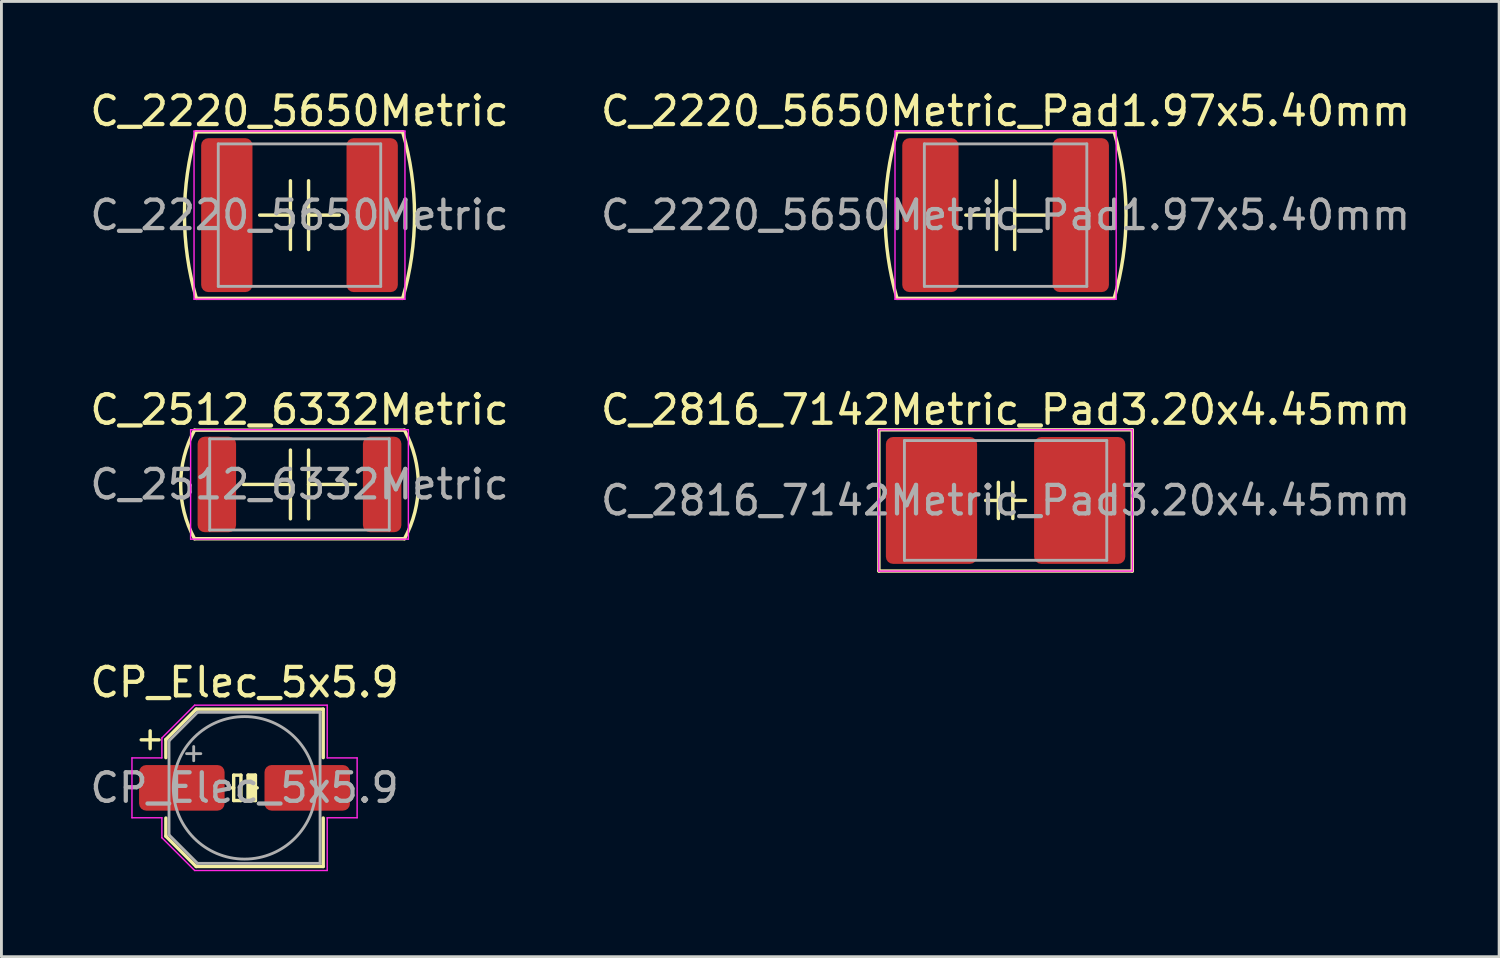
<source format=kicad_pcb>
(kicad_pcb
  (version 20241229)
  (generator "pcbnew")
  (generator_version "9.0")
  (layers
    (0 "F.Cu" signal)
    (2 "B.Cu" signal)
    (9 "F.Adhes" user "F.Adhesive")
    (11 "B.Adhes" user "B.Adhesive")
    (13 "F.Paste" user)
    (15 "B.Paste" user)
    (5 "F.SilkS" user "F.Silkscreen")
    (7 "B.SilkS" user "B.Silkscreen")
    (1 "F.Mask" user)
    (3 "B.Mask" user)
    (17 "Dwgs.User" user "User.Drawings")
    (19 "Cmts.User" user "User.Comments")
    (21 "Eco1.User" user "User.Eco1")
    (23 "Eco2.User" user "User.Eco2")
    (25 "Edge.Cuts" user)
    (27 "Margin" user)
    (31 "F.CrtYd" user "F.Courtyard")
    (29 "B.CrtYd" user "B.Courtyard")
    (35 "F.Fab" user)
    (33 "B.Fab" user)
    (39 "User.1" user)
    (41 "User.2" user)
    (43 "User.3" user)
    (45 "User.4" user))
  (footprint "C_2512_6332Metric"
    (layer "F.Cu")
    (at 7.458 13.947)
    (property "Reference" "C_2512_6332Metric" (at 0 -2.62 0) (layer "F.SilkS") (effects (font (size 1 1) (thickness 0.15))))
    (attr smd)
    (fp_line (start -3.683 1.905) (end 3.683 1.905) (stroke (width 0.12) (type solid)) (layer "F.SilkS"))
    (fp_line (start -0.318 -1.206) (end -0.318 1.206) (stroke (width 0.12) (type solid)) (layer "F.SilkS"))
    (fp_line (start -0.318 0) (end -1.968 0) (stroke (width 0.12) (type solid)) (layer "F.SilkS"))
    (fp_line (start 0.318 -1.206) (end 0.318 1.206) (stroke (width 0.12) (type solid)) (layer "F.SilkS"))
    (fp_line (start 0.318 0) (end 1.968 0) (stroke (width 0.12) (type solid)) (layer "F.SilkS"))
    (fp_line (start 3.683 -1.905) (end -3.683 -1.905) (stroke (width 0.12) (type solid)) (layer "F.SilkS"))
    (fp_arc (start -3.683 1.904999) (mid -4.168763 0) (end -3.683 -1.905) (stroke (width 0.12) (type solid)) (layer "F.SilkS"))
    (fp_arc (start 3.683 -1.904999) (mid 4.168763 0) (end 3.683 1.905) (stroke (width 0.12) (type solid)) (layer "F.SilkS"))
    (fp_line (start -3.82 -1.92) (end 3.82 -1.92) (stroke (width 0.05) (type solid)) (layer "F.CrtYd"))
    (fp_line (start -3.82 1.92) (end -3.82 -1.92) (stroke (width 0.05) (type solid)) (layer "F.CrtYd"))
    (fp_line (start 3.82 -1.92) (end 3.82 1.92) (stroke (width 0.05) (type solid)) (layer "F.CrtYd"))
    (fp_line (start 3.82 1.92) (end -3.82 1.92) (stroke (width 0.05) (type solid)) (layer "F.CrtYd"))
    (fp_line (start -3.15 -1.6) (end 3.15 -1.6) (stroke (width 0.1) (type solid)) (layer "F.Fab"))
    (fp_line (start -3.15 1.6) (end -3.15 -1.6) (stroke (width 0.1) (type solid)) (layer "F.Fab"))
    (fp_line (start 3.15 -1.6) (end 3.15 1.6) (stroke (width 0.1) (type solid)) (layer "F.Fab"))
    (fp_line (start 3.15 1.6) (end -3.15 1.6) (stroke (width 0.1) (type solid)) (layer "F.Fab"))
    (fp_text user "${REFERENCE}" (at 0 0 0) (layer "F.Fab") (effects (font (size 1 1) (thickness 0.15))))
    (pad "1" smd roundrect (at -2.9 0) (size 1.35 3.35) (layers "F.Cu" "F.Mask" "F.Paste") (roundrect_rratio 0.185))
    (pad "2" smd roundrect (at 2.9 0) (size 1.35 3.35) (layers "F.Cu" "F.Mask" "F.Paste") (roundrect_rratio 0.185)))
  (footprint "CP_Elec_5x5.9"
    (layer "F.Cu")
    (at 5.53 24.592)
    (property "Reference" "CP_Elec_5x5.9" (at 0 -3.7 0) (layer "F.SilkS") (effects (font (size 1 1) (thickness 0.15))))
    (attr smd)
    (fp_line (start -3.625 -1.685) (end -3 -1.685) (stroke (width 0.12) (type solid)) (layer "F.SilkS"))
    (fp_line (start -3.312 -1.998) (end -3.312 -1.373) (stroke (width 0.12) (type solid)) (layer "F.SilkS"))
    (fp_line (start -2.76 -1.696) (end -2.76 -1.06) (stroke (width 0.12) (type solid)) (layer "F.SilkS"))
    (fp_line (start -2.76 -1.696) (end -1.696 -2.76) (stroke (width 0.12) (type solid)) (layer "F.SilkS"))
    (fp_line (start -2.76 1.696) (end -2.76 1.06) (stroke (width 0.12) (type solid)) (layer "F.SilkS"))
    (fp_line (start -2.76 1.696) (end -1.696 2.76) (stroke (width 0.12) (type solid)) (layer "F.SilkS"))
    (fp_line (start -1.696 -2.76) (end 2.76 -2.76) (stroke (width 0.12) (type solid)) (layer "F.SilkS"))
    (fp_line (start -1.696 2.76) (end 2.76 2.76) (stroke (width 0.12) (type solid)) (layer "F.SilkS"))
    (fp_line (start -0.381 0) (end -0.445 0) (stroke (width 0.12) (type solid)) (layer "F.SilkS"))
    (fp_line (start -0.381 0.445) (end -0.381 -0.445) (stroke (width 0.12) (type solid)) (layer "F.SilkS"))
    (fp_line (start -0.381 0.445) (end -0.127 0.445) (stroke (width 0.12) (type solid)) (layer "F.SilkS"))
    (fp_line (start -0.127 -0.445) (end -0.381 -0.445) (stroke (width 0.12) (type solid)) (layer "F.SilkS"))
    (fp_line (start -0.127 -0.445) (end -0.127 0.445) (stroke (width 0.12) (type solid)) (layer "F.SilkS"))
    (fp_line (start 0.127 -0.445) (end 0.127 -0.191) (stroke (width 0.12) (type solid)) (layer "F.SilkS"))
    (fp_line (start 0.127 -0.445) (end 0.381 -0.445) (stroke (width 0.12) (type solid)) (layer "F.SilkS"))
    (fp_line (start 0.127 -0.191) (end 0.127 0.445) (stroke (width 0.12) (type solid)) (layer "F.SilkS"))
    (fp_line (start 0.381 0) (end 0.445 0) (stroke (width 0.12) (type solid)) (layer "F.SilkS"))
    (fp_line (start 0.381 0.445) (end 0.127 0.445) (stroke (width 0.12) (type solid)) (layer "F.SilkS"))
    (fp_line (start 0.381 0.445) (end 0.381 -0.445) (stroke (width 0.12) (type solid)) (layer "F.SilkS"))
    (fp_line (start 2.76 -2.76) (end 2.76 -1.06) (stroke (width 0.12) (type solid)) (layer "F.SilkS"))
    (fp_line (start 2.76 2.76) (end 2.76 1.06) (stroke (width 0.12) (type solid)) (layer "F.SilkS"))
    (fp_poly (pts (xy 0.381 0.445) (xy 0.127 0.445) (xy 0.127 -0.445) (xy 0.381 -0.445)) (stroke (width 0.1) (type solid)) (fill yes) (layer "F.SilkS"))
    (fp_line (start -3.95 -1.05) (end -3.95 1.05) (stroke (width 0.05) (type solid)) (layer "F.CrtYd"))
    (fp_line (start -3.95 1.05) (end -2.9 1.05) (stroke (width 0.05) (type solid)) (layer "F.CrtYd"))
    (fp_line (start -2.9 -1.75) (end -2.9 -1.05) (stroke (width 0.05) (type solid)) (layer "F.CrtYd"))
    (fp_line (start -2.9 -1.75) (end -1.75 -2.9) (stroke (width 0.05) (type solid)) (layer "F.CrtYd"))
    (fp_line (start -2.9 -1.05) (end -3.95 -1.05) (stroke (width 0.05) (type solid)) (layer "F.CrtYd"))
    (fp_line (start -2.9 1.05) (end -2.9 1.75) (stroke (width 0.05) (type solid)) (layer "F.CrtYd"))
    (fp_line (start -2.9 1.75) (end -1.75 2.9) (stroke (width 0.05) (type solid)) (layer "F.CrtYd"))
    (fp_line (start -1.75 -2.9) (end 2.9 -2.9) (stroke (width 0.05) (type solid)) (layer "F.CrtYd"))
    (fp_line (start -1.75 2.9) (end 2.9 2.9) (stroke (width 0.05) (type solid)) (layer "F.CrtYd"))
    (fp_line (start 2.9 -2.9) (end 2.9 -1.05) (stroke (width 0.05) (type solid)) (layer "F.CrtYd"))
    (fp_line (start 2.9 -1.05) (end 3.95 -1.05) (stroke (width 0.05) (type solid)) (layer "F.CrtYd"))
    (fp_line (start 2.9 1.05) (end 2.9 2.9) (stroke (width 0.05) (type solid)) (layer "F.CrtYd"))
    (fp_line (start 3.95 -1.05) (end 3.95 1.05) (stroke (width 0.05) (type solid)) (layer "F.CrtYd"))
    (fp_line (start 3.95 1.05) (end 2.9 1.05) (stroke (width 0.05) (type solid)) (layer "F.CrtYd"))
    (fp_line (start -2.65 -1.65) (end -2.65 1.65) (stroke (width 0.1) (type solid)) (layer "F.Fab"))
    (fp_line (start -2.65 -1.65) (end -1.65 -2.65) (stroke (width 0.1) (type solid)) (layer "F.Fab"))
    (fp_line (start -2.65 1.65) (end -1.65 2.65) (stroke (width 0.1) (type solid)) (layer "F.Fab"))
    (fp_line (start -2.034 -1.2) (end -1.534 -1.2) (stroke (width 0.1) (type solid)) (layer "F.Fab"))
    (fp_line (start -1.784 -1.45) (end -1.784 -0.95) (stroke (width 0.1) (type solid)) (layer "F.Fab"))
    (fp_line (start -1.65 -2.65) (end 2.65 -2.65) (stroke (width 0.1) (type solid)) (layer "F.Fab"))
    (fp_line (start -1.65 2.65) (end 2.65 2.65) (stroke (width 0.1) (type solid)) (layer "F.Fab"))
    (fp_line (start 2.65 -2.65) (end 2.65 2.65) (stroke (width 0.1) (type solid)) (layer "F.Fab"))
    (fp_circle (center 0 0) (end 2.5 0) (stroke (width 0.1) (type solid)) (fill no) (layer "F.Fab"))
    (fp_text user "${REFERENCE}" (at 0 0 0) (layer "F.Fab") (effects (font (size 1 1) (thickness 0.15))))
    (pad "1" smd roundrect (at -2.2 0) (size 3 1.6) (layers "F.Cu" "F.Mask" "F.Paste") (roundrect_rratio 0.156))
    (pad "2" smd roundrect (at 2.2 0) (size 3 1.6) (layers "F.Cu" "F.Mask" "F.Paste") (roundrect_rratio 0.156)))
  (footprint "C_2220_5650Metric_Pad1.97x5.40mm"
    (layer "F.Cu")
    (at 32.232 4.498)
    (property "Reference" "C_2220_5650Metric_Pad1.97x5.40mm" (at 0 -3.65 0) (layer "F.SilkS") (effects (font (size 1 1) (thickness 0.15))))
    (attr smd)
    (fp_line (start -3.81 2.921) (end 3.81 2.921) (stroke (width 0.12) (type solid)) (layer "F.SilkS"))
    (fp_line (start -0.318 -1.206) (end -0.318 1.206) (stroke (width 0.12) (type solid)) (layer "F.SilkS"))
    (fp_line (start -0.318 0) (end -1.397 0) (stroke (width 0.12) (type solid)) (layer "F.SilkS"))
    (fp_line (start 0.318 -1.206) (end 0.318 1.206) (stroke (width 0.12) (type solid)) (layer "F.SilkS"))
    (fp_line (start 0.318 0) (end 1.397 0) (stroke (width 0.12) (type solid)) (layer "F.SilkS"))
    (fp_line (start 3.81 -2.921) (end -3.81 -2.921) (stroke (width 0.12) (type solid)) (layer "F.SilkS"))
    (fp_arc (start -3.81 2.921) (mid -4.226561 0) (end -3.81 -2.921) (stroke (width 0.12) (type solid)) (layer "F.SilkS"))
    (fp_arc (start 3.81 -2.921) (mid 4.226561 0) (end 3.81 2.921) (stroke (width 0.12) (type solid)) (layer "F.SilkS"))
    (fp_line (start -3.88 -2.95) (end 3.88 -2.95) (stroke (width 0.05) (type solid)) (layer "F.CrtYd"))
    (fp_line (start -3.88 2.95) (end -3.88 -2.95) (stroke (width 0.05) (type solid)) (layer "F.CrtYd"))
    (fp_line (start 3.88 -2.95) (end 3.88 2.95) (stroke (width 0.05) (type solid)) (layer "F.CrtYd"))
    (fp_line (start 3.88 2.95) (end -3.88 2.95) (stroke (width 0.05) (type solid)) (layer "F.CrtYd"))
    (fp_line (start -2.85 -2.5) (end 2.85 -2.5) (stroke (width 0.1) (type solid)) (layer "F.Fab"))
    (fp_line (start -2.85 2.5) (end -2.85 -2.5) (stroke (width 0.1) (type solid)) (layer "F.Fab"))
    (fp_line (start 2.85 -2.5) (end 2.85 2.5) (stroke (width 0.1) (type solid)) (layer "F.Fab"))
    (fp_line (start 2.85 2.5) (end -2.85 2.5) (stroke (width 0.1) (type solid)) (layer "F.Fab"))
    (fp_text user "${REFERENCE}" (at 0 0 0) (layer "F.Fab") (effects (font (size 1 1) (thickness 0.15))))
    (pad "1" smd roundrect (at -2.638 0) (size 1.975 5.4) (layers "F.Cu" "F.Mask" "F.Paste") (roundrect_rratio 0.127))
    (pad "2" smd roundrect (at 2.638 0) (size 1.975 5.4) (layers "F.Cu" "F.Mask" "F.Paste") (roundrect_rratio 0.127)))
  (footprint "C_2220_5650Metric"
    (layer "F.Cu")
    (at 7.458 4.498)
    (property "Reference" "C_2220_5650Metric" (at 0 -3.65 0) (layer "F.SilkS") (effects (font (size 1 1) (thickness 0.15))))
    (attr smd)
    (fp_line (start -3.619 2.921) (end 3.619 2.921) (stroke (width 0.12) (type solid)) (layer "F.SilkS"))
    (fp_line (start -0.318 -1.206) (end -0.318 1.206) (stroke (width 0.12) (type solid)) (layer "F.SilkS"))
    (fp_line (start -0.318 0) (end -1.397 0) (stroke (width 0.12) (type solid)) (layer "F.SilkS"))
    (fp_line (start 0.318 -1.206) (end 0.318 1.206) (stroke (width 0.12) (type solid)) (layer "F.SilkS"))
    (fp_line (start 0.318 0) (end 1.397 0) (stroke (width 0.12) (type solid)) (layer "F.SilkS"))
    (fp_line (start 3.619 -2.921) (end -3.619 -2.921) (stroke (width 0.12) (type solid)) (layer "F.SilkS"))
    (fp_arc (start -3.6195 2.921) (mid -4.036061 0) (end -3.6195 -2.921) (stroke (width 0.12) (type solid)) (layer "F.SilkS"))
    (fp_arc (start 3.6195 -2.921) (mid 4.036061 0) (end 3.6195 2.921) (stroke (width 0.12) (type solid)) (layer "F.SilkS"))
    (fp_line (start -3.7 -2.95) (end 3.7 -2.95) (stroke (width 0.05) (type solid)) (layer "F.CrtYd"))
    (fp_line (start -3.7 2.95) (end -3.7 -2.95) (stroke (width 0.05) (type solid)) (layer "F.CrtYd"))
    (fp_line (start 3.7 -2.95) (end 3.7 2.95) (stroke (width 0.05) (type solid)) (layer "F.CrtYd"))
    (fp_line (start 3.7 2.95) (end -3.7 2.95) (stroke (width 0.05) (type solid)) (layer "F.CrtYd"))
    (fp_line (start -2.85 -2.5) (end 2.85 -2.5) (stroke (width 0.1) (type solid)) (layer "F.Fab"))
    (fp_line (start -2.85 2.5) (end -2.85 -2.5) (stroke (width 0.1) (type solid)) (layer "F.Fab"))
    (fp_line (start 2.85 -2.5) (end 2.85 2.5) (stroke (width 0.1) (type solid)) (layer "F.Fab"))
    (fp_line (start 2.85 2.5) (end -2.85 2.5) (stroke (width 0.1) (type solid)) (layer "F.Fab"))
    (fp_text user "${REFERENCE}" (at 0 0 0) (layer "F.Fab") (effects (font (size 1 1) (thickness 0.15))))
    (pad "1" smd roundrect (at -2.55 0) (size 1.8 5.4) (layers "F.Cu" "F.Mask" "F.Paste") (roundrect_rratio 0.139))
    (pad "2" smd roundrect (at 2.55 0) (size 1.8 5.4) (layers "F.Cu" "F.Mask" "F.Paste") (roundrect_rratio 0.139)))
  (footprint "C_2816_7142Metric_Pad3.20x4.45mm"
    (layer "F.Cu")
    (at 32.232 14.508)
    (property "Reference" "C_2816_7142Metric_Pad3.20x4.45mm" (at 0 -3.18 0) (layer "F.SilkS") (effects (font (size 1 1) (thickness 0.15))))
    (attr smd)
    (fp_line (start -4.445 -2.477) (end -4.445 2.477) (stroke (width 0.12) (type solid)) (layer "F.SilkS"))
    (fp_line (start -4.445 2.477) (end 4.445 2.477) (stroke (width 0.12) (type solid)) (layer "F.SilkS"))
    (fp_line (start -0.699 0) (end -0.254 0) (stroke (width 0.12) (type solid)) (layer "F.SilkS"))
    (fp_line (start -0.254 -0.635) (end -0.254 0) (stroke (width 0.12) (type solid)) (layer "F.SilkS"))
    (fp_line (start -0.254 0) (end -0.254 0.635) (stroke (width 0.12) (type solid)) (layer "F.SilkS"))
    (fp_line (start 0.254 -0.635) (end 0.254 0) (stroke (width 0.12) (type solid)) (layer "F.SilkS"))
    (fp_line (start 0.254 0) (end 0.254 0.635) (stroke (width 0.12) (type solid)) (layer "F.SilkS"))
    (fp_line (start 0.254 0) (end 0.699 0) (stroke (width 0.12) (type solid)) (layer "F.SilkS"))
    (fp_line (start 4.445 -2.477) (end -4.445 -2.477) (stroke (width 0.12) (type solid)) (layer "F.SilkS"))
    (fp_line (start 4.445 2.477) (end 4.445 -2.477) (stroke (width 0.12) (type solid)) (layer "F.SilkS"))
    (fp_line (start -4.45 -2.48) (end 4.45 -2.48) (stroke (width 0.05) (type solid)) (layer "F.CrtYd"))
    (fp_line (start -4.45 2.48) (end -4.45 -2.48) (stroke (width 0.05) (type solid)) (layer "F.CrtYd"))
    (fp_line (start 4.45 -2.48) (end 4.45 2.48) (stroke (width 0.05) (type solid)) (layer "F.CrtYd"))
    (fp_line (start 4.45 2.48) (end -4.45 2.48) (stroke (width 0.05) (type solid)) (layer "F.CrtYd"))
    (fp_line (start -3.55 -2.1) (end 3.55 -2.1) (stroke (width 0.1) (type solid)) (layer "F.Fab"))
    (fp_line (start -3.55 2.1) (end -3.55 -2.1) (stroke (width 0.1) (type solid)) (layer "F.Fab"))
    (fp_line (start 3.55 -2.1) (end 3.55 2.1) (stroke (width 0.1) (type solid)) (layer "F.Fab"))
    (fp_line (start 3.55 2.1) (end -3.55 2.1) (stroke (width 0.1) (type solid)) (layer "F.Fab"))
    (fp_text user "${REFERENCE}" (at 0 0 0) (layer "F.Fab") (effects (font (size 1 1) (thickness 0.15))))
    (pad "1" smd roundrect (at -2.6 0) (size 3.2 4.45) (layers "F.Cu" "F.Mask" "F.Paste") (roundrect_rratio 0.078))
    (pad "2" smd roundrect (at 2.6 0) (size 3.2 4.45) (layers "F.Cu" "F.Mask" "F.Paste") (roundrect_rratio 0.078)))
  (gr_rect
    (start -3 -3)
    (end 49.548 30.517)
    (stroke (width 0.1) (type default))
    (fill no)
    (layer "Edge.Cuts")))
</source>
